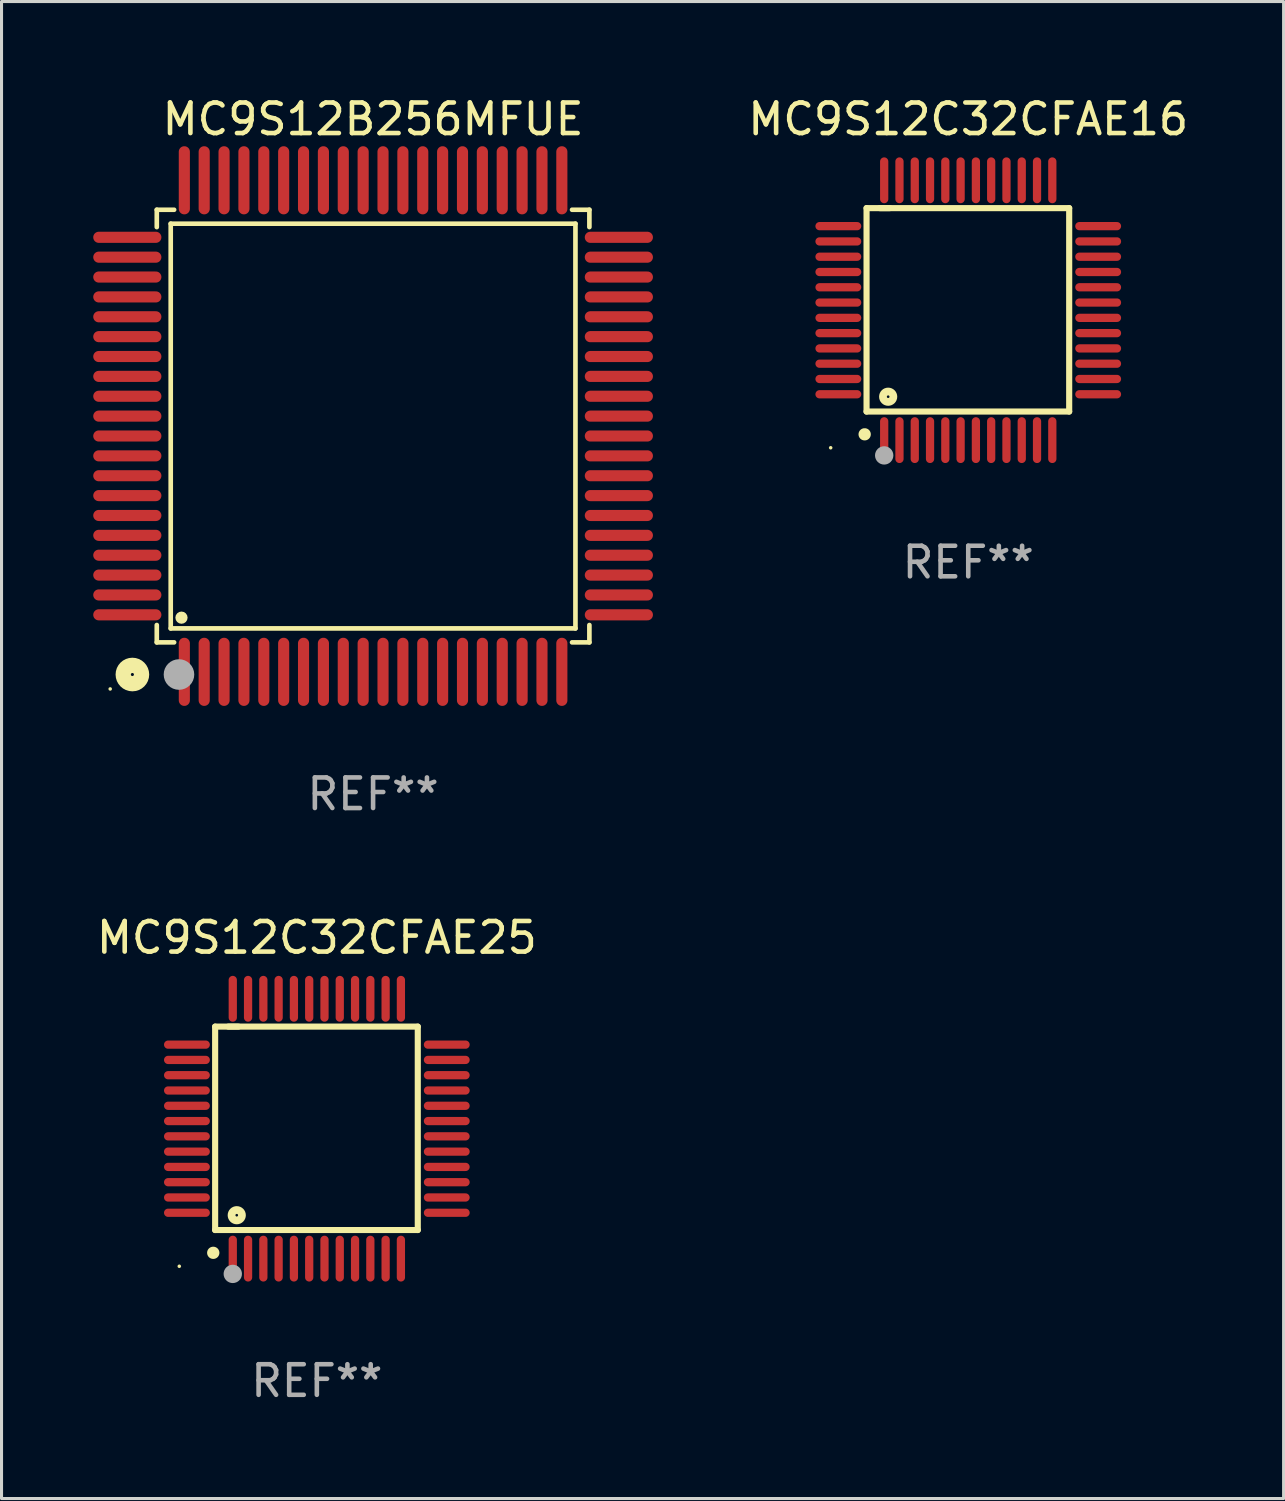
<source format=kicad_pcb>
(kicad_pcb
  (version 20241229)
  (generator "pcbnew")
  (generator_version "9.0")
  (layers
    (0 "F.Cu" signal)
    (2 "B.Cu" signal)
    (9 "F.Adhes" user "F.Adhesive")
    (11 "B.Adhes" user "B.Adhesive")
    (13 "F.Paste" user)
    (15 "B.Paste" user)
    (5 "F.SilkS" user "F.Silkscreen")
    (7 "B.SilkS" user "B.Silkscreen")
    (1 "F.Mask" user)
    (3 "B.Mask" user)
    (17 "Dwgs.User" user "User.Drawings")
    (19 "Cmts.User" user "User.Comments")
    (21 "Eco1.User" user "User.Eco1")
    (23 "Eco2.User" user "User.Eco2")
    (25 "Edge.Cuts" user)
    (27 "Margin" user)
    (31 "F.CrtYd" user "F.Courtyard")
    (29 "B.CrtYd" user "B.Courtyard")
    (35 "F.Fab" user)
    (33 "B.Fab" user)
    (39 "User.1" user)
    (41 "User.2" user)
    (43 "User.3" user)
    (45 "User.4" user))
  (footprint "MC9S12C32CFAE16"
    (layer "F.Cu")
    (at 28.625 7.098)
    (property "Reference" "MC9S12C32CFAE16" (at 0 -6.25 0) (layer "F.SilkS") (effects (font (size 1 1) (thickness 0.15))))
    (attr through_hole)
    (fp_line (start -3.327 -3.34) (end -2.565 -3.34) (stroke (width 0.2) (type solid)) (layer "F.SilkS"))
    (fp_line (start -3.327 3.315) (end -3.327 -3.34) (stroke (width 0.2) (type solid)) (layer "F.SilkS"))
    (fp_line (start -2.896 -3.34) (end 3.302 -3.34) (stroke (width 0.2) (type solid)) (layer "F.SilkS"))
    (fp_line (start 3.302 -3.34) (end 3.302 3.315) (stroke (width 0.2) (type solid)) (layer "F.SilkS"))
    (fp_line (start 3.302 3.315) (end -3.327 3.315) (stroke (width 0.2) (type solid)) (layer "F.SilkS"))
    (fp_arc (start -3.389992 4.059995) (mid -3.388722 4.059991) (end -3.387452 4.059995) (stroke (width 0.4) (type solid)) (layer "F.SilkS"))
    (fp_circle (center -4.5 4.5) (end -4.47 4.5) (stroke (width 0.06) (type solid)) (fill no) (layer "F.SilkS"))
    (fp_circle (center -2.62 2.83) (end -2.45 2.83) (stroke (width 0.254) (type solid)) (fill no) (layer "F.SilkS"))
    (fp_circle (center -2.75 4.75) (end -2.6 4.75) (stroke (width 0.3) (type solid)) (fill no) (layer "F.Fab"))
    (fp_text user "REF**" (at 0 8.25 0) (layer "F.Fab") (effects (font (size 1 1) (thickness 0.15))))
    (pad "1" smd oval (at -2.75 4.25) (size 0.27 1.5) (layers "F.Cu" "F.Mask" "F.Paste"))
    (pad "2" smd oval (at -2.25 4.25) (size 0.27 1.5) (layers "F.Cu" "F.Mask" "F.Paste"))
    (pad "3" smd oval (at -1.75 4.25) (size 0.27 1.5) (layers "F.Cu" "F.Mask" "F.Paste"))
    (pad "4" smd oval (at -1.25 4.25) (size 0.27 1.5) (layers "F.Cu" "F.Mask" "F.Paste"))
    (pad "5" smd oval (at -0.75 4.25) (size 0.27 1.5) (layers "F.Cu" "F.Mask" "F.Paste"))
    (pad "6" smd oval (at -0.25 4.25) (size 0.27 1.5) (layers "F.Cu" "F.Mask" "F.Paste"))
    (pad "7" smd oval (at 0.25 4.25) (size 0.27 1.5) (layers "F.Cu" "F.Mask" "F.Paste"))
    (pad "8" smd oval (at 0.75 4.25) (size 0.27 1.5) (layers "F.Cu" "F.Mask" "F.Paste"))
    (pad "9" smd oval (at 1.25 4.25) (size 0.27 1.5) (layers "F.Cu" "F.Mask" "F.Paste"))
    (pad "10" smd oval (at 1.75 4.25) (size 0.27 1.5) (layers "F.Cu" "F.Mask" "F.Paste"))
    (pad "11" smd oval (at 2.25 4.25) (size 0.27 1.5) (layers "F.Cu" "F.Mask" "F.Paste"))
    (pad "12" smd oval (at 2.75 4.25) (size 0.27 1.5) (layers "F.Cu" "F.Mask" "F.Paste"))
    (pad "13" smd oval (at 4.25 2.75) (size 1.5 0.27) (layers "F.Cu" "F.Mask" "F.Paste"))
    (pad "14" smd oval (at 4.25 2.25) (size 1.5 0.27) (layers "F.Cu" "F.Mask" "F.Paste"))
    (pad "15" smd oval (at 4.25 1.75) (size 1.5 0.27) (layers "F.Cu" "F.Mask" "F.Paste"))
    (pad "16" smd oval (at 4.25 1.25) (size 1.5 0.27) (layers "F.Cu" "F.Mask" "F.Paste"))
    (pad "17" smd oval (at 4.25 0.75) (size 1.5 0.27) (layers "F.Cu" "F.Mask" "F.Paste"))
    (pad "18" smd oval (at 4.25 0.25) (size 1.5 0.27) (layers "F.Cu" "F.Mask" "F.Paste"))
    (pad "19" smd oval (at 4.25 -0.25) (size 1.5 0.27) (layers "F.Cu" "F.Mask" "F.Paste"))
    (pad "20" smd oval (at 4.25 -0.75) (size 1.5 0.27) (layers "F.Cu" "F.Mask" "F.Paste"))
    (pad "21" smd oval (at 4.25 -1.25) (size 1.5 0.27) (layers "F.Cu" "F.Mask" "F.Paste"))
    (pad "22" smd oval (at 4.25 -1.75) (size 1.5 0.27) (layers "F.Cu" "F.Mask" "F.Paste"))
    (pad "23" smd oval (at 4.25 -2.25) (size 1.5 0.27) (layers "F.Cu" "F.Mask" "F.Paste"))
    (pad "24" smd oval (at 4.25 -2.75) (size 1.5 0.27) (layers "F.Cu" "F.Mask" "F.Paste"))
    (pad "25" smd oval (at 2.75 -4.25) (size 0.27 1.5) (layers "F.Cu" "F.Mask" "F.Paste"))
    (pad "26" smd oval (at 2.25 -4.25) (size 0.27 1.5) (layers "F.Cu" "F.Mask" "F.Paste"))
    (pad "27" smd oval (at 1.75 -4.25) (size 0.27 1.5) (layers "F.Cu" "F.Mask" "F.Paste"))
    (pad "28" smd oval (at 1.25 -4.25) (size 0.27 1.5) (layers "F.Cu" "F.Mask" "F.Paste"))
    (pad "29" smd oval (at 0.75 -4.25) (size 0.27 1.5) (layers "F.Cu" "F.Mask" "F.Paste"))
    (pad "30" smd oval (at 0.25 -4.25) (size 0.27 1.5) (layers "F.Cu" "F.Mask" "F.Paste"))
    (pad "31" smd oval (at -0.25 -4.25) (size 0.27 1.5) (layers "F.Cu" "F.Mask" "F.Paste"))
    (pad "32" smd oval (at -0.75 -4.25) (size 0.27 1.5) (layers "F.Cu" "F.Mask" "F.Paste"))
    (pad "33" smd oval (at -1.25 -4.25) (size 0.27 1.5) (layers "F.Cu" "F.Mask" "F.Paste"))
    (pad "34" smd oval (at -1.75 -4.25) (size 0.27 1.5) (layers "F.Cu" "F.Mask" "F.Paste"))
    (pad "35" smd oval (at -2.25 -4.25) (size 0.27 1.5) (layers "F.Cu" "F.Mask" "F.Paste"))
    (pad "36" smd oval (at -2.75 -4.25) (size 0.27 1.5) (layers "F.Cu" "F.Mask" "F.Paste"))
    (pad "37" smd oval (at -4.25 -2.75) (size 1.5 0.27) (layers "F.Cu" "F.Mask" "F.Paste"))
    (pad "38" smd oval (at -4.25 -2.25) (size 1.5 0.27) (layers "F.Cu" "F.Mask" "F.Paste"))
    (pad "39" smd oval (at -4.25 -1.75) (size 1.5 0.27) (layers "F.Cu" "F.Mask" "F.Paste"))
    (pad "40" smd oval (at -4.25 -1.25) (size 1.5 0.27) (layers "F.Cu" "F.Mask" "F.Paste"))
    (pad "41" smd oval (at -4.25 -0.75) (size 1.5 0.27) (layers "F.Cu" "F.Mask" "F.Paste"))
    (pad "42" smd oval (at -4.25 -0.25) (size 1.5 0.27) (layers "F.Cu" "F.Mask" "F.Paste"))
    (pad "43" smd oval (at -4.25 0.25) (size 1.5 0.27) (layers "F.Cu" "F.Mask" "F.Paste"))
    (pad "44" smd oval (at -4.25 0.75) (size 1.5 0.27) (layers "F.Cu" "F.Mask" "F.Paste"))
    (pad "45" smd oval (at -4.25 1.25) (size 1.5 0.27) (layers "F.Cu" "F.Mask" "F.Paste"))
    (pad "46" smd oval (at -4.25 1.75) (size 1.5 0.27) (layers "F.Cu" "F.Mask" "F.Paste"))
    (pad "47" smd oval (at -4.25 2.25) (size 1.5 0.27) (layers "F.Cu" "F.Mask" "F.Paste"))
    (pad "48" smd oval (at -4.25 2.75) (size 1.5 0.27) (layers "F.Cu" "F.Mask" "F.Paste")))
  (footprint "MC9S12C32CFAE25"
    (layer "F.Cu")
    (at 7.315 33.874)
    (property "Reference" "MC9S12C32CFAE25" (at 0 -6.25 0) (layer "F.SilkS") (effects (font (size 1 1) (thickness 0.15))))
    (attr through_hole)
    (fp_line (start -3.327 -3.34) (end -2.565 -3.34) (stroke (width 0.2) (type solid)) (layer "F.SilkS"))
    (fp_line (start -3.327 3.315) (end -3.327 -3.34) (stroke (width 0.2) (type solid)) (layer "F.SilkS"))
    (fp_line (start -2.896 -3.34) (end 3.302 -3.34) (stroke (width 0.2) (type solid)) (layer "F.SilkS"))
    (fp_line (start 3.302 -3.34) (end 3.302 3.315) (stroke (width 0.2) (type solid)) (layer "F.SilkS"))
    (fp_line (start 3.302 3.315) (end -3.327 3.315) (stroke (width 0.2) (type solid)) (layer "F.SilkS"))
    (fp_arc (start -3.389992 4.059995) (mid -3.388722 4.059991) (end -3.387452 4.059995) (stroke (width 0.4) (type solid)) (layer "F.SilkS"))
    (fp_circle (center -4.5 4.5) (end -4.47 4.5) (stroke (width 0.06) (type solid)) (fill no) (layer "F.SilkS"))
    (fp_circle (center -2.62 2.83) (end -2.45 2.83) (stroke (width 0.254) (type solid)) (fill no) (layer "F.SilkS"))
    (fp_circle (center -2.75 4.75) (end -2.6 4.75) (stroke (width 0.3) (type solid)) (fill no) (layer "F.Fab"))
    (fp_text user "REF**" (at 0 8.25 0) (layer "F.Fab") (effects (font (size 1 1) (thickness 0.15))))
    (pad "1" smd oval (at -2.75 4.25) (size 0.27 1.5) (layers "F.Cu" "F.Mask" "F.Paste"))
    (pad "2" smd oval (at -2.25 4.25) (size 0.27 1.5) (layers "F.Cu" "F.Mask" "F.Paste"))
    (pad "3" smd oval (at -1.75 4.25) (size 0.27 1.5) (layers "F.Cu" "F.Mask" "F.Paste"))
    (pad "4" smd oval (at -1.25 4.25) (size 0.27 1.5) (layers "F.Cu" "F.Mask" "F.Paste"))
    (pad "5" smd oval (at -0.75 4.25) (size 0.27 1.5) (layers "F.Cu" "F.Mask" "F.Paste"))
    (pad "6" smd oval (at -0.25 4.25) (size 0.27 1.5) (layers "F.Cu" "F.Mask" "F.Paste"))
    (pad "7" smd oval (at 0.25 4.25) (size 0.27 1.5) (layers "F.Cu" "F.Mask" "F.Paste"))
    (pad "8" smd oval (at 0.75 4.25) (size 0.27 1.5) (layers "F.Cu" "F.Mask" "F.Paste"))
    (pad "9" smd oval (at 1.25 4.25) (size 0.27 1.5) (layers "F.Cu" "F.Mask" "F.Paste"))
    (pad "10" smd oval (at 1.75 4.25) (size 0.27 1.5) (layers "F.Cu" "F.Mask" "F.Paste"))
    (pad "11" smd oval (at 2.25 4.25) (size 0.27 1.5) (layers "F.Cu" "F.Mask" "F.Paste"))
    (pad "12" smd oval (at 2.75 4.25) (size 0.27 1.5) (layers "F.Cu" "F.Mask" "F.Paste"))
    (pad "13" smd oval (at 4.25 2.75) (size 1.5 0.27) (layers "F.Cu" "F.Mask" "F.Paste"))
    (pad "14" smd oval (at 4.25 2.25) (size 1.5 0.27) (layers "F.Cu" "F.Mask" "F.Paste"))
    (pad "15" smd oval (at 4.25 1.75) (size 1.5 0.27) (layers "F.Cu" "F.Mask" "F.Paste"))
    (pad "16" smd oval (at 4.25 1.25) (size 1.5 0.27) (layers "F.Cu" "F.Mask" "F.Paste"))
    (pad "17" smd oval (at 4.25 0.75) (size 1.5 0.27) (layers "F.Cu" "F.Mask" "F.Paste"))
    (pad "18" smd oval (at 4.25 0.25) (size 1.5 0.27) (layers "F.Cu" "F.Mask" "F.Paste"))
    (pad "19" smd oval (at 4.25 -0.25) (size 1.5 0.27) (layers "F.Cu" "F.Mask" "F.Paste"))
    (pad "20" smd oval (at 4.25 -0.75) (size 1.5 0.27) (layers "F.Cu" "F.Mask" "F.Paste"))
    (pad "21" smd oval (at 4.25 -1.25) (size 1.5 0.27) (layers "F.Cu" "F.Mask" "F.Paste"))
    (pad "22" smd oval (at 4.25 -1.75) (size 1.5 0.27) (layers "F.Cu" "F.Mask" "F.Paste"))
    (pad "23" smd oval (at 4.25 -2.25) (size 1.5 0.27) (layers "F.Cu" "F.Mask" "F.Paste"))
    (pad "24" smd oval (at 4.25 -2.75) (size 1.5 0.27) (layers "F.Cu" "F.Mask" "F.Paste"))
    (pad "25" smd oval (at 2.75 -4.25) (size 0.27 1.5) (layers "F.Cu" "F.Mask" "F.Paste"))
    (pad "26" smd oval (at 2.25 -4.25) (size 0.27 1.5) (layers "F.Cu" "F.Mask" "F.Paste"))
    (pad "27" smd oval (at 1.75 -4.25) (size 0.27 1.5) (layers "F.Cu" "F.Mask" "F.Paste"))
    (pad "28" smd oval (at 1.25 -4.25) (size 0.27 1.5) (layers "F.Cu" "F.Mask" "F.Paste"))
    (pad "29" smd oval (at 0.75 -4.25) (size 0.27 1.5) (layers "F.Cu" "F.Mask" "F.Paste"))
    (pad "30" smd oval (at 0.25 -4.25) (size 0.27 1.5) (layers "F.Cu" "F.Mask" "F.Paste"))
    (pad "31" smd oval (at -0.25 -4.25) (size 0.27 1.5) (layers "F.Cu" "F.Mask" "F.Paste"))
    (pad "32" smd oval (at -0.75 -4.25) (size 0.27 1.5) (layers "F.Cu" "F.Mask" "F.Paste"))
    (pad "33" smd oval (at -1.25 -4.25) (size 0.27 1.5) (layers "F.Cu" "F.Mask" "F.Paste"))
    (pad "34" smd oval (at -1.75 -4.25) (size 0.27 1.5) (layers "F.Cu" "F.Mask" "F.Paste"))
    (pad "35" smd oval (at -2.25 -4.25) (size 0.27 1.5) (layers "F.Cu" "F.Mask" "F.Paste"))
    (pad "36" smd oval (at -2.75 -4.25) (size 0.27 1.5) (layers "F.Cu" "F.Mask" "F.Paste"))
    (pad "37" smd oval (at -4.25 -2.75) (size 1.5 0.27) (layers "F.Cu" "F.Mask" "F.Paste"))
    (pad "38" smd oval (at -4.25 -2.25) (size 1.5 0.27) (layers "F.Cu" "F.Mask" "F.Paste"))
    (pad "39" smd oval (at -4.25 -1.75) (size 1.5 0.27) (layers "F.Cu" "F.Mask" "F.Paste"))
    (pad "40" smd oval (at -4.25 -1.25) (size 1.5 0.27) (layers "F.Cu" "F.Mask" "F.Paste"))
    (pad "41" smd oval (at -4.25 -0.75) (size 1.5 0.27) (layers "F.Cu" "F.Mask" "F.Paste"))
    (pad "42" smd oval (at -4.25 -0.25) (size 1.5 0.27) (layers "F.Cu" "F.Mask" "F.Paste"))
    (pad "43" smd oval (at -4.25 0.25) (size 1.5 0.27) (layers "F.Cu" "F.Mask" "F.Paste"))
    (pad "44" smd oval (at -4.25 0.75) (size 1.5 0.27) (layers "F.Cu" "F.Mask" "F.Paste"))
    (pad "45" smd oval (at -4.25 1.25) (size 1.5 0.27) (layers "F.Cu" "F.Mask" "F.Paste"))
    (pad "46" smd oval (at -4.25 1.75) (size 1.5 0.27) (layers "F.Cu" "F.Mask" "F.Paste"))
    (pad "47" smd oval (at -4.25 2.25) (size 1.5 0.27) (layers "F.Cu" "F.Mask" "F.Paste"))
    (pad "48" smd oval (at -4.25 2.75) (size 1.5 0.27) (layers "F.Cu" "F.Mask" "F.Paste")))
  (footprint "MC9S12B256MFUE"
    (layer "F.Cu")
    (at 9.155 10.888)
    (property "Reference" "MC9S12B256MFUE" (at 0 -10.04 0) (layer "F.SilkS") (effects (font (size 1 1) (thickness 0.15))))
    (attr through_hole)
    (fp_line (start -7.076 -7.076) (end -7.076 -6.509) (stroke (width 0.152) (type solid)) (layer "F.SilkS"))
    (fp_line (start -7.076 7.076) (end -7.076 6.509) (stroke (width 0.152) (type solid)) (layer "F.SilkS"))
    (fp_line (start -6.62 -6.62) (end 6.62 -6.62) (stroke (width 0.152) (type solid)) (layer "F.SilkS"))
    (fp_line (start -6.62 6.62) (end -6.62 -6.62) (stroke (width 0.152) (type solid)) (layer "F.SilkS"))
    (fp_line (start -6.509 -7.076) (end -7.076 -7.076) (stroke (width 0.152) (type solid)) (layer "F.SilkS"))
    (fp_line (start -6.509 7.076) (end -7.076 7.076) (stroke (width 0.152) (type solid)) (layer "F.SilkS"))
    (fp_line (start 6.509 -7.076) (end 7.076 -7.076) (stroke (width 0.152) (type solid)) (layer "F.SilkS"))
    (fp_line (start 6.509 7.076) (end 7.076 7.076) (stroke (width 0.152) (type solid)) (layer "F.SilkS"))
    (fp_line (start 6.62 -6.62) (end 6.62 6.62) (stroke (width 0.152) (type solid)) (layer "F.SilkS"))
    (fp_line (start 6.62 6.62) (end -6.62 6.62) (stroke (width 0.152) (type solid)) (layer "F.SilkS"))
    (fp_line (start 7.076 -7.076) (end 7.076 -6.509) (stroke (width 0.152) (type solid)) (layer "F.SilkS"))
    (fp_line (start 7.076 7.076) (end 7.076 6.509) (stroke (width 0.152) (type solid)) (layer "F.SilkS"))
    (fp_circle (center -8.6 8.6) (end -8.57 8.6) (stroke (width 0.06) (type solid)) (fill no) (layer "F.SilkS"))
    (fp_circle (center -7.874 8.128) (end -7.574 8.128) (stroke (width 0.5) (type solid)) (fill no) (layer "F.SilkS"))
    (fp_circle (center -6.268 6.268) (end -6.168 6.268) (stroke (width 0.2) (type solid)) (fill no) (layer "F.SilkS"))
    (fp_circle (center -6.35 8.128) (end -6.1 8.128) (stroke (width 0.5) (type solid)) (fill no) (layer "F.Fab"))
    (fp_text user "REF**" (at 0 12.04 0) (layer "F.Fab") (effects (font (size 1 1) (thickness 0.15))))
    (pad "1" smd oval (at -6.175 8.04) (size 0.364 2.23) (layers "F.Cu" "F.Mask" "F.Paste"))
    (pad "2" smd oval (at -5.525 8.04) (size 0.364 2.23) (layers "F.Cu" "F.Mask" "F.Paste"))
    (pad "3" smd oval (at -4.875 8.04) (size 0.364 2.23) (layers "F.Cu" "F.Mask" "F.Paste"))
    (pad "4" smd oval (at -4.225 8.04) (size 0.364 2.23) (layers "F.Cu" "F.Mask" "F.Paste"))
    (pad "5" smd oval (at -3.575 8.04) (size 0.364 2.23) (layers "F.Cu" "F.Mask" "F.Paste"))
    (pad "6" smd oval (at -2.925 8.04) (size 0.364 2.23) (layers "F.Cu" "F.Mask" "F.Paste"))
    (pad "7" smd oval (at -2.275 8.04) (size 0.364 2.23) (layers "F.Cu" "F.Mask" "F.Paste"))
    (pad "8" smd oval (at -1.625 8.04) (size 0.364 2.23) (layers "F.Cu" "F.Mask" "F.Paste"))
    (pad "9" smd oval (at -0.975 8.04) (size 0.364 2.23) (layers "F.Cu" "F.Mask" "F.Paste"))
    (pad "10" smd oval (at -0.325 8.04) (size 0.364 2.23) (layers "F.Cu" "F.Mask" "F.Paste"))
    (pad "11" smd oval (at 0.325 8.04) (size 0.364 2.23) (layers "F.Cu" "F.Mask" "F.Paste"))
    (pad "12" smd oval (at 0.975 8.04) (size 0.364 2.23) (layers "F.Cu" "F.Mask" "F.Paste"))
    (pad "13" smd oval (at 1.625 8.04) (size 0.364 2.23) (layers "F.Cu" "F.Mask" "F.Paste"))
    (pad "14" smd oval (at 2.275 8.04) (size 0.364 2.23) (layers "F.Cu" "F.Mask" "F.Paste"))
    (pad "15" smd oval (at 2.925 8.04) (size 0.364 2.23) (layers "F.Cu" "F.Mask" "F.Paste"))
    (pad "16" smd oval (at 3.575 8.04) (size 0.364 2.23) (layers "F.Cu" "F.Mask" "F.Paste"))
    (pad "17" smd oval (at 4.225 8.04) (size 0.364 2.23) (layers "F.Cu" "F.Mask" "F.Paste"))
    (pad "18" smd oval (at 4.875 8.04) (size 0.364 2.23) (layers "F.Cu" "F.Mask" "F.Paste"))
    (pad "19" smd oval (at 5.525 8.04) (size 0.364 2.23) (layers "F.Cu" "F.Mask" "F.Paste"))
    (pad "20" smd oval (at 6.175 8.04) (size 0.364 2.23) (layers "F.Cu" "F.Mask" "F.Paste"))
    (pad "21" smd oval (at 8.04 6.175) (size 2.23 0.364) (layers "F.Cu" "F.Mask" "F.Paste"))
    (pad "22" smd oval (at 8.04 5.525) (size 2.23 0.364) (layers "F.Cu" "F.Mask" "F.Paste"))
    (pad "23" smd oval (at 8.04 4.875) (size 2.23 0.364) (layers "F.Cu" "F.Mask" "F.Paste"))
    (pad "24" smd oval (at 8.04 4.225) (size 2.23 0.364) (layers "F.Cu" "F.Mask" "F.Paste"))
    (pad "25" smd oval (at 8.04 3.575) (size 2.23 0.364) (layers "F.Cu" "F.Mask" "F.Paste"))
    (pad "26" smd oval (at 8.04 2.925) (size 2.23 0.364) (layers "F.Cu" "F.Mask" "F.Paste"))
    (pad "27" smd oval (at 8.04 2.275) (size 2.23 0.364) (layers "F.Cu" "F.Mask" "F.Paste"))
    (pad "28" smd oval (at 8.04 1.625) (size 2.23 0.364) (layers "F.Cu" "F.Mask" "F.Paste"))
    (pad "29" smd oval (at 8.04 0.975) (size 2.23 0.364) (layers "F.Cu" "F.Mask" "F.Paste"))
    (pad "30" smd oval (at 8.04 0.325) (size 2.23 0.364) (layers "F.Cu" "F.Mask" "F.Paste"))
    (pad "31" smd oval (at 8.04 -0.325) (size 2.23 0.364) (layers "F.Cu" "F.Mask" "F.Paste"))
    (pad "32" smd oval (at 8.04 -0.975) (size 2.23 0.364) (layers "F.Cu" "F.Mask" "F.Paste"))
    (pad "33" smd oval (at 8.04 -1.625) (size 2.23 0.364) (layers "F.Cu" "F.Mask" "F.Paste"))
    (pad "34" smd oval (at 8.04 -2.275) (size 2.23 0.364) (layers "F.Cu" "F.Mask" "F.Paste"))
    (pad "35" smd oval (at 8.04 -2.925) (size 2.23 0.364) (layers "F.Cu" "F.Mask" "F.Paste"))
    (pad "36" smd oval (at 8.04 -3.575) (size 2.23 0.364) (layers "F.Cu" "F.Mask" "F.Paste"))
    (pad "37" smd oval (at 8.04 -4.225) (size 2.23 0.364) (layers "F.Cu" "F.Mask" "F.Paste"))
    (pad "38" smd oval (at 8.04 -4.875) (size 2.23 0.364) (layers "F.Cu" "F.Mask" "F.Paste"))
    (pad "39" smd oval (at 8.04 -5.525) (size 2.23 0.364) (layers "F.Cu" "F.Mask" "F.Paste"))
    (pad "40" smd oval (at 8.04 -6.175) (size 2.23 0.364) (layers "F.Cu" "F.Mask" "F.Paste"))
    (pad "41" smd oval (at 6.175 -8.04) (size 0.364 2.23) (layers "F.Cu" "F.Mask" "F.Paste"))
    (pad "42" smd oval (at 5.525 -8.04) (size 0.364 2.23) (layers "F.Cu" "F.Mask" "F.Paste"))
    (pad "43" smd oval (at 4.875 -8.04) (size 0.364 2.23) (layers "F.Cu" "F.Mask" "F.Paste"))
    (pad "44" smd oval (at 4.225 -8.04) (size 0.364 2.23) (layers "F.Cu" "F.Mask" "F.Paste"))
    (pad "45" smd oval (at 3.575 -8.04) (size 0.364 2.23) (layers "F.Cu" "F.Mask" "F.Paste"))
    (pad "46" smd oval (at 2.925 -8.04) (size 0.364 2.23) (layers "F.Cu" "F.Mask" "F.Paste"))
    (pad "47" smd oval (at 2.275 -8.04) (size 0.364 2.23) (layers "F.Cu" "F.Mask" "F.Paste"))
    (pad "48" smd oval (at 1.625 -8.04) (size 0.364 2.23) (layers "F.Cu" "F.Mask" "F.Paste"))
    (pad "49" smd oval (at 0.975 -8.04) (size 0.364 2.23) (layers "F.Cu" "F.Mask" "F.Paste"))
    (pad "50" smd oval (at 0.325 -8.04) (size 0.364 2.23) (layers "F.Cu" "F.Mask" "F.Paste"))
    (pad "51" smd oval (at -0.325 -8.04) (size 0.364 2.23) (layers "F.Cu" "F.Mask" "F.Paste"))
    (pad "52" smd oval (at -0.975 -8.04) (size 0.364 2.23) (layers "F.Cu" "F.Mask" "F.Paste"))
    (pad "53" smd oval (at -1.625 -8.04) (size 0.364 2.23) (layers "F.Cu" "F.Mask" "F.Paste"))
    (pad "54" smd oval (at -2.275 -8.04) (size 0.364 2.23) (layers "F.Cu" "F.Mask" "F.Paste"))
    (pad "55" smd oval (at -2.925 -8.04) (size 0.364 2.23) (layers "F.Cu" "F.Mask" "F.Paste"))
    (pad "56" smd oval (at -3.575 -8.04) (size 0.364 2.23) (layers "F.Cu" "F.Mask" "F.Paste"))
    (pad "57" smd oval (at -4.225 -8.04) (size 0.364 2.23) (layers "F.Cu" "F.Mask" "F.Paste"))
    (pad "58" smd oval (at -4.875 -8.04) (size 0.364 2.23) (layers "F.Cu" "F.Mask" "F.Paste"))
    (pad "59" smd oval (at -5.525 -8.04) (size 0.364 2.23) (layers "F.Cu" "F.Mask" "F.Paste"))
    (pad "60" smd oval (at -6.175 -8.04) (size 0.364 2.23) (layers "F.Cu" "F.Mask" "F.Paste"))
    (pad "61" smd oval (at -8.04 -6.175) (size 2.23 0.364) (layers "F.Cu" "F.Mask" "F.Paste"))
    (pad "62" smd oval (at -8.04 -5.525) (size 2.23 0.364) (layers "F.Cu" "F.Mask" "F.Paste"))
    (pad "63" smd oval (at -8.04 -4.875) (size 2.23 0.364) (layers "F.Cu" "F.Mask" "F.Paste"))
    (pad "64" smd oval (at -8.04 -4.225) (size 2.23 0.364) (layers "F.Cu" "F.Mask" "F.Paste"))
    (pad "65" smd oval (at -8.04 -3.575) (size 2.23 0.364) (layers "F.Cu" "F.Mask" "F.Paste"))
    (pad "66" smd oval (at -8.04 -2.925) (size 2.23 0.364) (layers "F.Cu" "F.Mask" "F.Paste"))
    (pad "67" smd oval (at -8.04 -2.275) (size 2.23 0.364) (layers "F.Cu" "F.Mask" "F.Paste"))
    (pad "68" smd oval (at -8.04 -1.625) (size 2.23 0.364) (layers "F.Cu" "F.Mask" "F.Paste"))
    (pad "69" smd oval (at -8.04 -0.975) (size 2.23 0.364) (layers "F.Cu" "F.Mask" "F.Paste"))
    (pad "70" smd oval (at -8.04 -0.325) (size 2.23 0.364) (layers "F.Cu" "F.Mask" "F.Paste"))
    (pad "71" smd oval (at -8.04 0.325) (size 2.23 0.364) (layers "F.Cu" "F.Mask" "F.Paste"))
    (pad "72" smd oval (at -8.04 0.975) (size 2.23 0.364) (layers "F.Cu" "F.Mask" "F.Paste"))
    (pad "73" smd oval (at -8.04 1.625) (size 2.23 0.364) (layers "F.Cu" "F.Mask" "F.Paste"))
    (pad "74" smd oval (at -8.04 2.275) (size 2.23 0.364) (layers "F.Cu" "F.Mask" "F.Paste"))
    (pad "75" smd oval (at -8.04 2.925) (size 2.23 0.364) (layers "F.Cu" "F.Mask" "F.Paste"))
    (pad "76" smd oval (at -8.04 3.575) (size 2.23 0.364) (layers "F.Cu" "F.Mask" "F.Paste"))
    (pad "77" smd oval (at -8.04 4.225) (size 2.23 0.364) (layers "F.Cu" "F.Mask" "F.Paste"))
    (pad "78" smd oval (at -8.04 4.875) (size 2.23 0.364) (layers "F.Cu" "F.Mask" "F.Paste"))
    (pad "79" smd oval (at -8.04 5.525) (size 2.23 0.364) (layers "F.Cu" "F.Mask" "F.Paste"))
    (pad "80" smd oval (at -8.04 6.175) (size 2.23 0.364) (layers "F.Cu" "F.Mask" "F.Paste")))
  (gr_rect
    (start -3 -3)
    (end 38.941 45.973)
    (stroke (width 0.1) (type default))
    (fill no)
    (layer "Edge.Cuts")))
</source>
